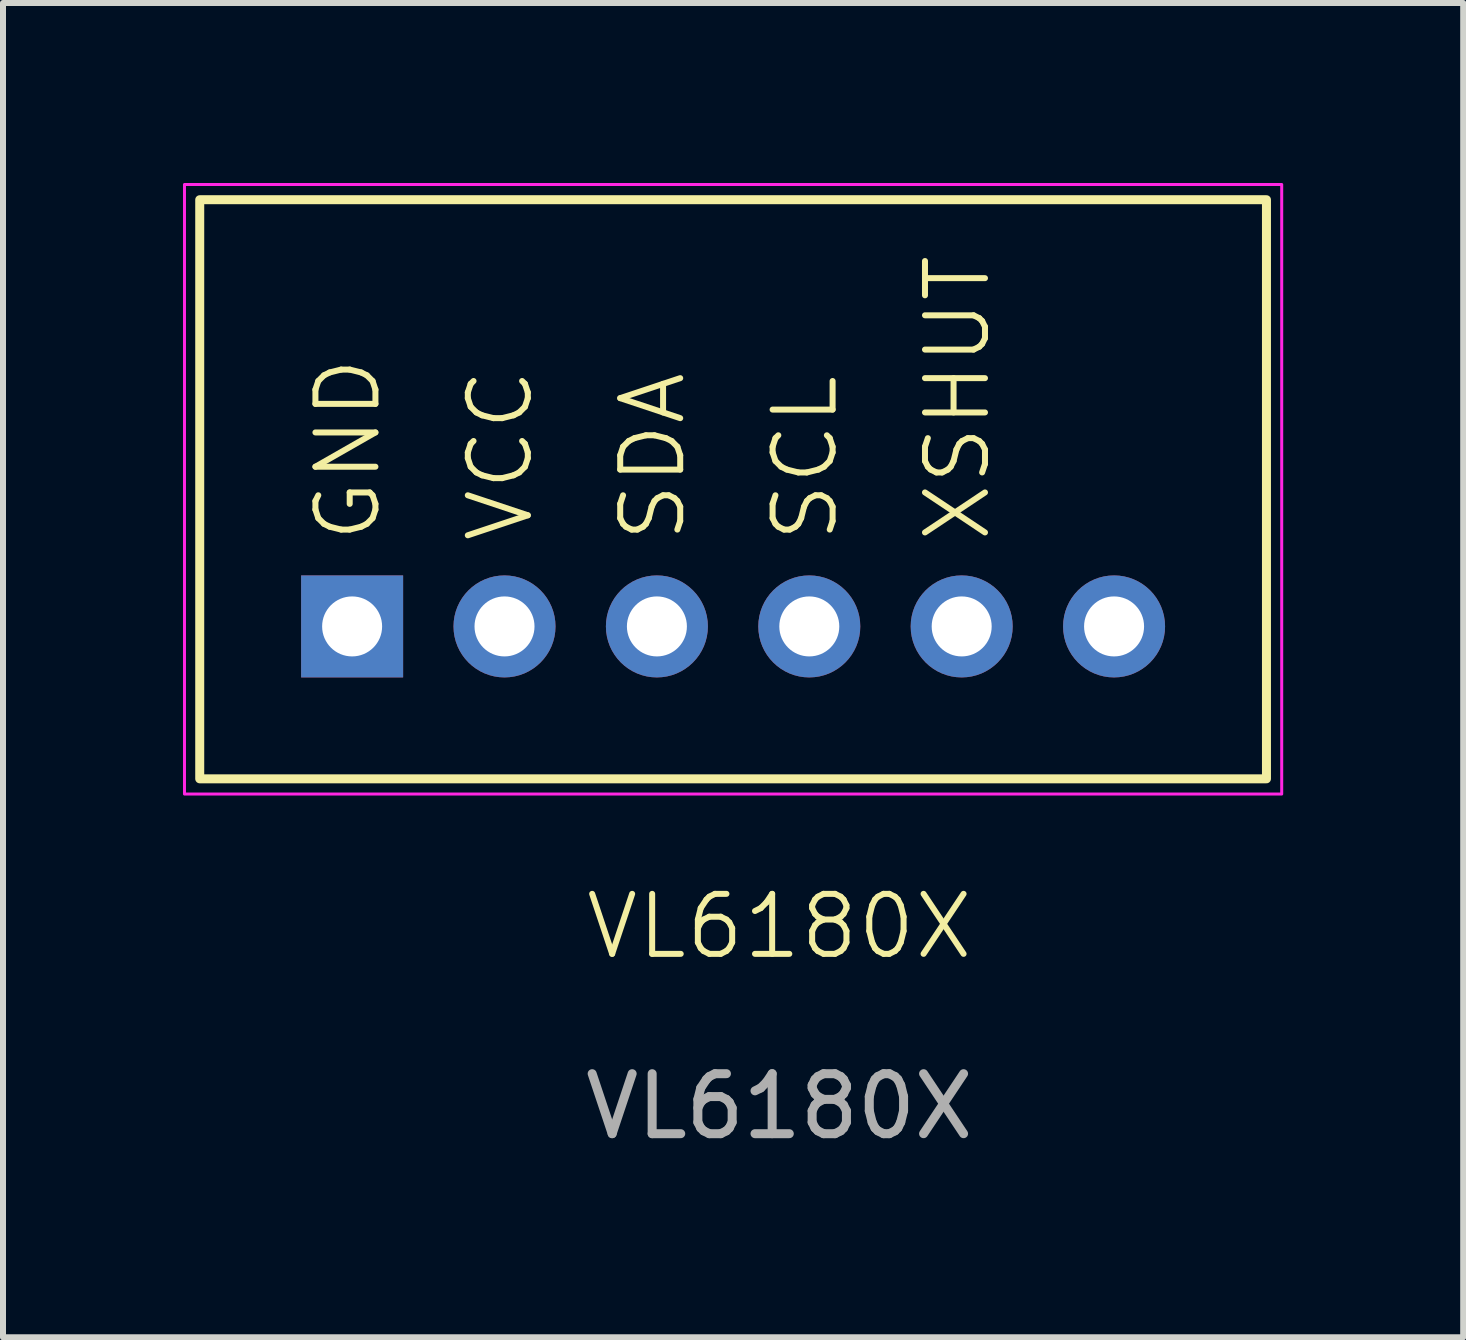
<source format=kicad_pcb>
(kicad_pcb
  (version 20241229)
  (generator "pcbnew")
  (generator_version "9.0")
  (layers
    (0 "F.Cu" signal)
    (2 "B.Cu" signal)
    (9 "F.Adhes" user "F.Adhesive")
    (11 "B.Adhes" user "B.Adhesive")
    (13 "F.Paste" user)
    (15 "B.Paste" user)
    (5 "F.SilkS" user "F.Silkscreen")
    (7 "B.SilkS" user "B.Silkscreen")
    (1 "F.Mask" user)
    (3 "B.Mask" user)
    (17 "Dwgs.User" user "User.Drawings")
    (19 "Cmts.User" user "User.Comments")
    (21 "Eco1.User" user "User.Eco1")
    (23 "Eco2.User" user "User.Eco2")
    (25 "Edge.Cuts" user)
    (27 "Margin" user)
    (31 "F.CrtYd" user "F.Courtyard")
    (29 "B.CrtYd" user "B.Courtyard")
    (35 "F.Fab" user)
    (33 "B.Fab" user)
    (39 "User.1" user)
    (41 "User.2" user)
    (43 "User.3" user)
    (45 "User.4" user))
  (footprint "VL6180X"
    (layer "F.Cu")
    (at 9.939 12.891)
    (property "Reference" "VL6180X" (at 0 -0.5 0) (unlocked yes) (layer "F.SilkS") (effects (font (size 1 1) (thickness 0.1))))
    (attr smd)
    (fp_rect (start -9.66 -2.96) (end 8.12 -12.612) (stroke (width 0.15) (type default)) (fill no) (layer "F.SilkS"))
    (fp_rect (start -9.914 -12.866) (end 8.374 -2.706) (stroke (width 0.05) (type default)) (fill no) (layer "F.CrtYd"))
    (fp_text user "VCC" (at -4.064 -6.858 90) (unlocked yes) (layer "F.SilkS") (effects (font (size 1 1) (thickness 0.1)) (justify left bottom)))
    (fp_text user "GND" (at -6.604 -6.858 90) (unlocked yes) (layer "F.SilkS") (effects (font (size 1 1) (thickness 0.1)) (justify left bottom)))
    (fp_text user "XSHUT" (at 3.556 -6.858 90) (unlocked yes) (layer "F.SilkS") (effects (font (size 1 1) (thickness 0.1)) (justify left bottom)))
    (fp_text user "SCL" (at 1.016 -6.858 90) (unlocked yes) (layer "F.SilkS") (effects (font (size 1 1) (thickness 0.1)) (justify left bottom)))
    (fp_text user "SDA" (at -1.524 -6.858 90) (unlocked yes) (layer "F.SilkS") (effects (font (size 1 1) (thickness 0.1)) (justify left bottom)))
    (fp_text user "${REFERENCE}" (at 0 2.5 0) (unlocked yes) (layer "F.Fab") (effects (font (size 1 1) (thickness 0.15))))
    (pad "1" thru_hole circle (at 5.58 -5.5) (size 1.7 1.7) (drill 1) (layers "*.Cu" "*.Mask"))
    (pad "2" thru_hole circle (at 3.04 -5.5) (size 1.7 1.7) (drill 1) (layers "*.Cu" "*.Mask"))
    (pad "3" thru_hole circle (at 0.5 -5.5) (size 1.7 1.7) (drill 1) (layers "*.Cu" "*.Mask"))
    (pad "4" thru_hole circle (at -2.04 -5.5) (size 1.7 1.7) (drill 1) (layers "*.Cu" "*.Mask"))
    (pad "5" thru_hole circle (at -4.58 -5.5) (size 1.7 1.7) (drill 1) (layers "*.Cu" "*.Mask"))
    (pad "6" thru_hole rect (at -7.12 -5.5) (size 1.7 1.7) (drill 1) (layers "*.Cu" "*.Mask")))
  (gr_rect
    (start -3 -3)
    (end 21.338 19.239)
    (stroke (width 0.1) (type default))
    (fill no)
    (layer "Edge.Cuts")))
</source>
